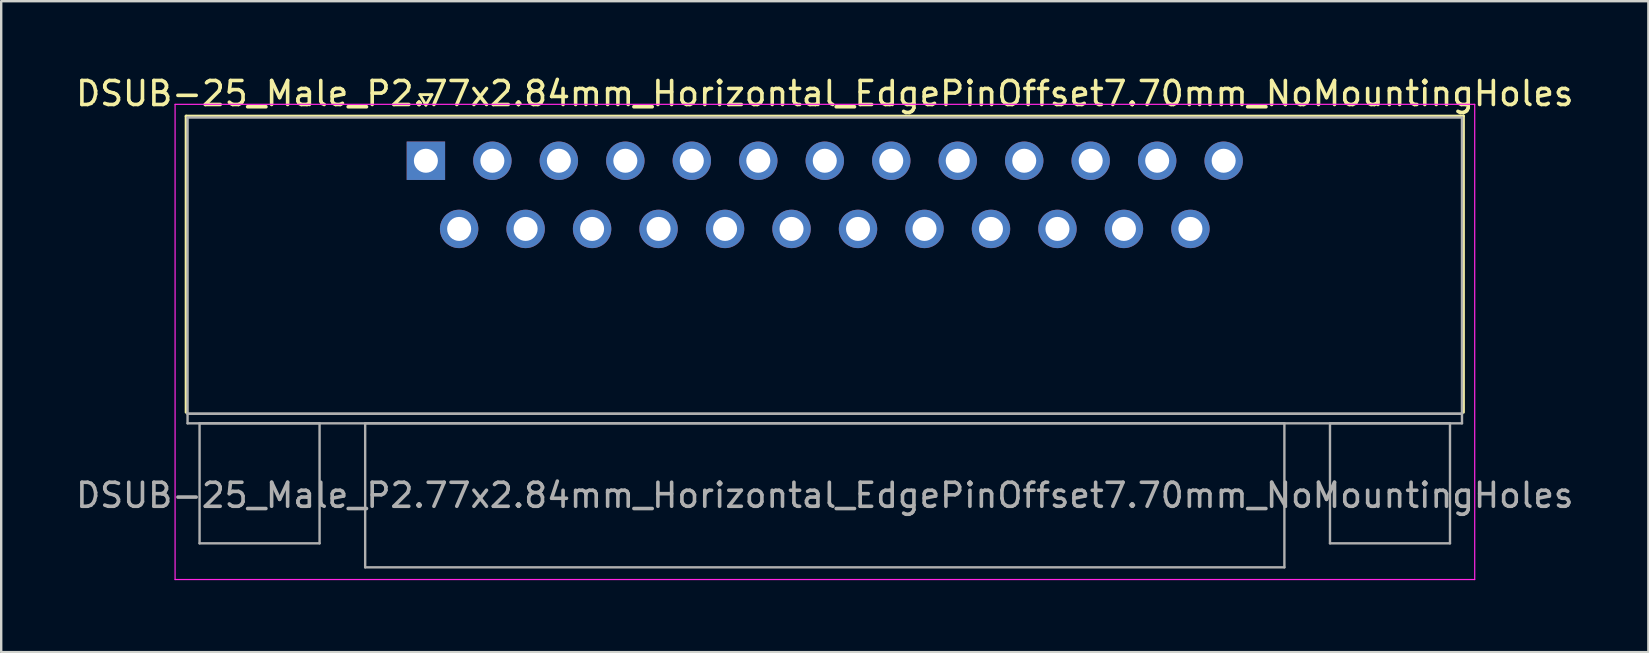
<source format=kicad_pcb>
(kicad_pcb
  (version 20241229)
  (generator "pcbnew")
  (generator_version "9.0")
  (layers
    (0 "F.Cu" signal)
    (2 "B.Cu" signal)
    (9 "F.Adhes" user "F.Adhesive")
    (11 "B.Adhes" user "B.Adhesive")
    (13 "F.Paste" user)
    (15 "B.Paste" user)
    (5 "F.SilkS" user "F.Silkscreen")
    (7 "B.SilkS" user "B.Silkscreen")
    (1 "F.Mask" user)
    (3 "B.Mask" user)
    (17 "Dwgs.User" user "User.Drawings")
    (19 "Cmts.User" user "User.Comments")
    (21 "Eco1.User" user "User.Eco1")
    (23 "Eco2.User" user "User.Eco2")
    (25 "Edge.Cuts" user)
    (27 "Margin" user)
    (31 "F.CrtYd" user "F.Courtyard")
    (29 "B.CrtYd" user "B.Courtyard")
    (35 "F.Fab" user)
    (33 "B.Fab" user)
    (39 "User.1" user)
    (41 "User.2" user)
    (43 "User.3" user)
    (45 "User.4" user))
  (footprint "DSUB-25_Male_P2.77x2.84mm_Horizontal_EdgePinOffset7.70mm_NoMountingHoles"
    (layer "F.Cu")
    (at 14.695 3.648)
    (property "Reference" "DSUB-25_Male_P2.77x2.84mm_Horizontal_EdgePinOffset7.70mm_NoMountingHoles" (at 16.62 -2.8 0) (layer "F.SilkS") (effects (font (size 1 1) (thickness 0.15))))
    (attr through_hole)
    (fp_line (start -9.99 -1.86) (end 43.23 -1.86) (stroke (width 0.12) (type solid)) (layer "F.SilkS"))
    (fp_line (start -9.99 10.48) (end -9.99 -1.86) (stroke (width 0.12) (type solid)) (layer "F.SilkS"))
    (fp_line (start -0.25 -2.754) (end 0.25 -2.754) (stroke (width 0.12) (type solid)) (layer "F.SilkS"))
    (fp_line (start 0 -2.321) (end -0.25 -2.754) (stroke (width 0.12) (type solid)) (layer "F.SilkS"))
    (fp_line (start 0.25 -2.754) (end 0 -2.321) (stroke (width 0.12) (type solid)) (layer "F.SilkS"))
    (fp_line (start 43.23 -1.86) (end 43.23 10.48) (stroke (width 0.12) (type solid)) (layer "F.SilkS"))
    (fp_line (start -10.45 -2.35) (end -10.45 17.45) (stroke (width 0.05) (type solid)) (layer "F.CrtYd"))
    (fp_line (start -10.45 17.45) (end 43.7 17.45) (stroke (width 0.05) (type solid)) (layer "F.CrtYd"))
    (fp_line (start 43.7 -2.35) (end -10.45 -2.35) (stroke (width 0.05) (type solid)) (layer "F.CrtYd"))
    (fp_line (start 43.7 17.45) (end 43.7 -2.35) (stroke (width 0.05) (type solid)) (layer "F.CrtYd"))
    (fp_line (start -9.93 -1.8) (end -9.93 10.54) (stroke (width 0.1) (type solid)) (layer "F.Fab"))
    (fp_line (start -9.93 10.54) (end -9.93 10.94) (stroke (width 0.1) (type solid)) (layer "F.Fab"))
    (fp_line (start -9.93 10.54) (end 43.17 10.54) (stroke (width 0.1) (type solid)) (layer "F.Fab"))
    (fp_line (start -9.93 10.94) (end 43.17 10.94) (stroke (width 0.1) (type solid)) (layer "F.Fab"))
    (fp_line (start -9.43 10.94) (end -9.43 15.94) (stroke (width 0.1) (type solid)) (layer "F.Fab"))
    (fp_line (start -9.43 15.94) (end -4.43 15.94) (stroke (width 0.1) (type solid)) (layer "F.Fab"))
    (fp_line (start -4.43 10.94) (end -9.43 10.94) (stroke (width 0.1) (type solid)) (layer "F.Fab"))
    (fp_line (start -4.43 15.94) (end -4.43 10.94) (stroke (width 0.1) (type solid)) (layer "F.Fab"))
    (fp_line (start -2.53 10.94) (end -2.53 16.94) (stroke (width 0.1) (type solid)) (layer "F.Fab"))
    (fp_line (start -2.53 16.94) (end 35.77 16.94) (stroke (width 0.1) (type solid)) (layer "F.Fab"))
    (fp_line (start 35.77 10.94) (end -2.53 10.94) (stroke (width 0.1) (type solid)) (layer "F.Fab"))
    (fp_line (start 35.77 16.94) (end 35.77 10.94) (stroke (width 0.1) (type solid)) (layer "F.Fab"))
    (fp_line (start 37.67 10.94) (end 37.67 15.94) (stroke (width 0.1) (type solid)) (layer "F.Fab"))
    (fp_line (start 37.67 15.94) (end 42.67 15.94) (stroke (width 0.1) (type solid)) (layer "F.Fab"))
    (fp_line (start 42.67 10.94) (end 37.67 10.94) (stroke (width 0.1) (type solid)) (layer "F.Fab"))
    (fp_line (start 42.67 15.94) (end 42.67 10.94) (stroke (width 0.1) (type solid)) (layer "F.Fab"))
    (fp_line (start 43.17 -1.8) (end -9.93 -1.8) (stroke (width 0.1) (type solid)) (layer "F.Fab"))
    (fp_line (start 43.17 10.54) (end -9.93 10.54) (stroke (width 0.1) (type solid)) (layer "F.Fab"))
    (fp_line (start 43.17 10.54) (end 43.17 -1.8) (stroke (width 0.1) (type solid)) (layer "F.Fab"))
    (fp_line (start 43.17 10.94) (end 43.17 10.54) (stroke (width 0.1) (type solid)) (layer "F.Fab"))
    (fp_text user "${REFERENCE}" (at 16.62 13.94 0) (layer "F.Fab") (effects (font (size 1 1) (thickness 0.15))))
    (pad "1" thru_hole rect (at 0 0) (size 1.6 1.6) (drill 1) (layers "*.Cu" "*.Mask"))
    (pad "2" thru_hole circle (at 2.77 0) (size 1.6 1.6) (drill 1) (layers "*.Cu" "*.Mask"))
    (pad "3" thru_hole circle (at 5.54 0) (size 1.6 1.6) (drill 1) (layers "*.Cu" "*.Mask"))
    (pad "4" thru_hole circle (at 8.31 0) (size 1.6 1.6) (drill 1) (layers "*.Cu" "*.Mask"))
    (pad "5" thru_hole circle (at 11.08 0) (size 1.6 1.6) (drill 1) (layers "*.Cu" "*.Mask"))
    (pad "6" thru_hole circle (at 13.85 0) (size 1.6 1.6) (drill 1) (layers "*.Cu" "*.Mask"))
    (pad "7" thru_hole circle (at 16.62 0) (size 1.6 1.6) (drill 1) (layers "*.Cu" "*.Mask"))
    (pad "8" thru_hole circle (at 19.39 0) (size 1.6 1.6) (drill 1) (layers "*.Cu" "*.Mask"))
    (pad "9" thru_hole circle (at 22.16 0) (size 1.6 1.6) (drill 1) (layers "*.Cu" "*.Mask"))
    (pad "10" thru_hole circle (at 24.93 0) (size 1.6 1.6) (drill 1) (layers "*.Cu" "*.Mask"))
    (pad "11" thru_hole circle (at 27.7 0) (size 1.6 1.6) (drill 1) (layers "*.Cu" "*.Mask"))
    (pad "12" thru_hole circle (at 30.47 0) (size 1.6 1.6) (drill 1) (layers "*.Cu" "*.Mask"))
    (pad "13" thru_hole circle (at 33.24 0) (size 1.6 1.6) (drill 1) (layers "*.Cu" "*.Mask"))
    (pad "14" thru_hole circle (at 1.385 2.84) (size 1.6 1.6) (drill 1) (layers "*.Cu" "*.Mask"))
    (pad "15" thru_hole circle (at 4.155 2.84) (size 1.6 1.6) (drill 1) (layers "*.Cu" "*.Mask"))
    (pad "16" thru_hole circle (at 6.925 2.84) (size 1.6 1.6) (drill 1) (layers "*.Cu" "*.Mask"))
    (pad "17" thru_hole circle (at 9.695 2.84) (size 1.6 1.6) (drill 1) (layers "*.Cu" "*.Mask"))
    (pad "18" thru_hole circle (at 12.465 2.84) (size 1.6 1.6) (drill 1) (layers "*.Cu" "*.Mask"))
    (pad "19" thru_hole circle (at 15.235 2.84) (size 1.6 1.6) (drill 1) (layers "*.Cu" "*.Mask"))
    (pad "20" thru_hole circle (at 18.005 2.84) (size 1.6 1.6) (drill 1) (layers "*.Cu" "*.Mask"))
    (pad "21" thru_hole circle (at 20.775 2.84) (size 1.6 1.6) (drill 1) (layers "*.Cu" "*.Mask"))
    (pad "22" thru_hole circle (at 23.545 2.84) (size 1.6 1.6) (drill 1) (layers "*.Cu" "*.Mask"))
    (pad "23" thru_hole circle (at 26.315 2.84) (size 1.6 1.6) (drill 1) (layers "*.Cu" "*.Mask"))
    (pad "24" thru_hole circle (at 29.085 2.84) (size 1.6 1.6) (drill 1) (layers "*.Cu" "*.Mask"))
    (pad "25" thru_hole circle (at 31.855 2.84) (size 1.6 1.6) (drill 1) (layers "*.Cu" "*.Mask")))
  (gr_rect
    (start -3 -3)
    (end 65.631 24.123)
    (stroke (width 0.1) (type default))
    (fill no)
    (layer "Edge.Cuts")))
</source>
